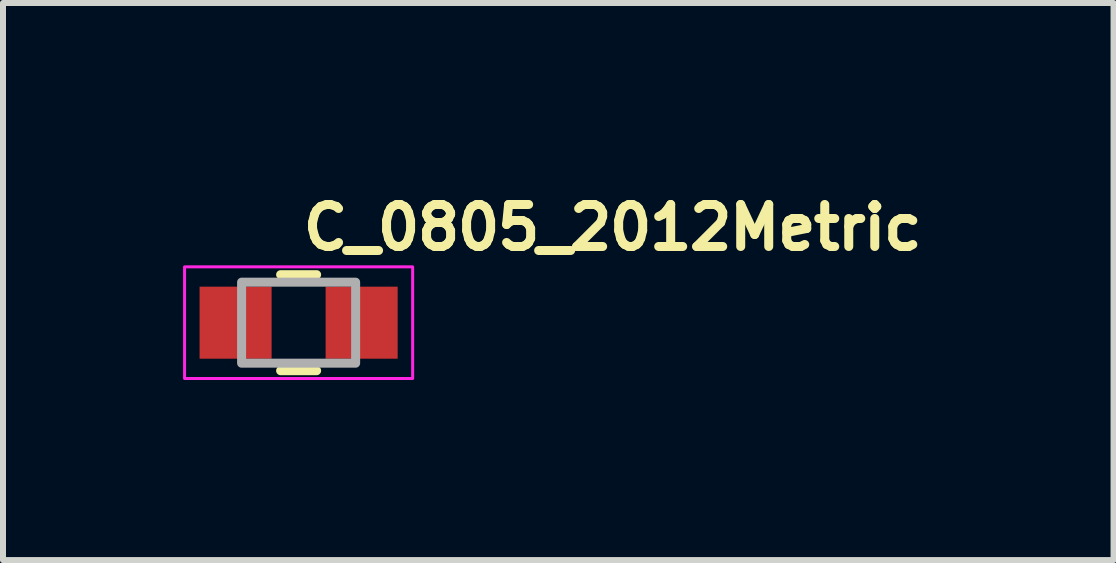
<source format=kicad_pcb>
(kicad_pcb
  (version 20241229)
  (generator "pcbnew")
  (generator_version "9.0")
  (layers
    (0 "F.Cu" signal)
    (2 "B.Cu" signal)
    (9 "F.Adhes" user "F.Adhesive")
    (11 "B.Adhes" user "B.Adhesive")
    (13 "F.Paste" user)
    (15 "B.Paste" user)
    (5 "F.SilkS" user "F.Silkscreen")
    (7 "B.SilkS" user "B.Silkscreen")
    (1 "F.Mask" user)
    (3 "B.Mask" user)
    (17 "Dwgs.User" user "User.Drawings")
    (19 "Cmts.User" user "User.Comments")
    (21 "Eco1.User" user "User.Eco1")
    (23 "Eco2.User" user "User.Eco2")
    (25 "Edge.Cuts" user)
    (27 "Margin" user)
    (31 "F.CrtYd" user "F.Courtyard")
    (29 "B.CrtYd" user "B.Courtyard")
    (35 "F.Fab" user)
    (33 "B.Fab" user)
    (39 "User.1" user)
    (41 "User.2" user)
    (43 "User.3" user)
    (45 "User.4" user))
  (footprint "C_0805_2012Metric"
    (layer "F.Cu")
    (at 1.925 2.326)
    (property "Reference" "C_0805_2012Metric" (at 0 -1.176 0) (layer "F.SilkS") (effects (font (size 0.7 0.7) (thickness 0.15)) (justify left bottom)))
    (attr smd)
    (fp_line (start -0.3 -0.8) (end 0.3 -0.8) (stroke (width 0.15) (type solid)) (layer "F.SilkS"))
    (fp_line (start -0.3 0.8) (end 0.3 0.8) (stroke (width 0.15) (type solid)) (layer "F.SilkS"))
    (fp_rect (start -1.9 -0.93) (end 1.9 0.93) (stroke (width 0.05) (type solid)) (fill no) (layer "F.CrtYd"))
    (fp_rect (start -0.95 -0.675) (end 0.95 0.675) (stroke (width 0.15) (type solid)) (fill no) (layer "F.Fab"))
    (fp_rect (start -1 -0.624) (end 1 0.624) (stroke (width 0.1) (type solid)) (fill no) (layer "User.5"))
    (fp_line (start -1 -0.62) (end -1 -0.619) (stroke (width 0.02) (type solid)) (layer "User.9"))
    (fp_line (start -1 -0.619) (end -1 -0.619) (stroke (width 0.02) (type solid)) (layer "User.9"))
    (fp_line (start -1 -0.619) (end -1 -0.618) (stroke (width 0.02) (type solid)) (layer "User.9"))
    (fp_line (start -1 -0.618) (end -1 -0.618) (stroke (width 0.02) (type solid)) (layer "User.9"))
    (fp_line (start -1 -0.618) (end -1 -0.618) (stroke (width 0.02) (type solid)) (layer "User.9"))
    (fp_line (start -1 -0.618) (end -1 -0.617) (stroke (width 0.02) (type solid)) (layer "User.9"))
    (fp_line (start -1 -0.617) (end -1 -0.617) (stroke (width 0.02) (type solid)) (layer "User.9"))
    (fp_line (start -1 -0.617) (end -1 -0.616) (stroke (width 0.02) (type solid)) (layer "User.9"))
    (fp_line (start -1 -0.616) (end -1 -0.615) (stroke (width 0.02) (type solid)) (layer "User.9"))
    (fp_line (start -1 -0.615) (end -1 -0.615) (stroke (width 0.02) (type solid)) (layer "User.9"))
    (fp_line (start -1 -0.615) (end -1 -0.615) (stroke (width 0.02) (type solid)) (layer "User.9"))
    (fp_line (start -1 -0.615) (end -1 -0.614) (stroke (width 0.02) (type solid)) (layer "User.9"))
    (fp_line (start -1 -0.615) (end -1 0.613) (stroke (width 0.02) (type solid)) (layer "User.9"))
    (fp_line (start -1 -0.614) (end -1 -0.614) (stroke (width 0.02) (type solid)) (layer "User.9"))
    (fp_line (start -1 -0.614) (end -1 -0.613) (stroke (width 0.02) (type solid)) (layer "User.9"))
    (fp_line (start -1 -0.613) (end -1 -0.613) (stroke (width 0.02) (type solid)) (layer "User.9"))
    (fp_line (start -1 -0.613) (end -1 -0.613) (stroke (width 0.02) (type solid)) (layer "User.9"))
    (fp_line (start -1 -0.613) (end -1 -0.612) (stroke (width 0.02) (type solid)) (layer "User.9"))
    (fp_line (start -1 -0.612) (end -1 -0.612) (stroke (width 0.02) (type solid)) (layer "User.9"))
    (fp_line (start -1 -0.612) (end -1 -0.611) (stroke (width 0.02) (type solid)) (layer "User.9"))
    (fp_line (start -1 -0.611) (end -0.999 -0.611) (stroke (width 0.02) (type solid)) (layer "User.9"))
    (fp_line (start -1 0.609) (end -1 0.61) (stroke (width 0.02) (type solid)) (layer "User.9"))
    (fp_line (start -1 0.61) (end -1 0.61) (stroke (width 0.02) (type solid)) (layer "User.9"))
    (fp_line (start -1 0.61) (end -1 0.611) (stroke (width 0.02) (type solid)) (layer "User.9"))
    (fp_line (start -1 0.611) (end -1 0.611) (stroke (width 0.02) (type solid)) (layer "User.9"))
    (fp_line (start -1 0.611) (end -1 0.611) (stroke (width 0.02) (type solid)) (layer "User.9"))
    (fp_line (start -1 0.611) (end -1 0.612) (stroke (width 0.02) (type solid)) (layer "User.9"))
    (fp_line (start -1 0.612) (end -1 0.612) (stroke (width 0.02) (type solid)) (layer "User.9"))
    (fp_line (start -1 0.612) (end -1 0.613) (stroke (width 0.02) (type solid)) (layer "User.9"))
    (fp_line (start -1 0.613) (end -1 0.613) (stroke (width 0.02) (type solid)) (layer "User.9"))
    (fp_line (start -1 0.613) (end -1 0.613) (stroke (width 0.02) (type solid)) (layer "User.9"))
    (fp_line (start -1 0.613) (end -1 0.614) (stroke (width 0.02) (type solid)) (layer "User.9"))
    (fp_line (start -1 0.614) (end -1 0.615) (stroke (width 0.02) (type solid)) (layer "User.9"))
    (fp_line (start -1 0.615) (end -1 0.615) (stroke (width 0.02) (type solid)) (layer "User.9"))
    (fp_line (start -1 0.615) (end -1 0.616) (stroke (width 0.02) (type solid)) (layer "User.9"))
    (fp_line (start -1 0.616) (end -1 0.616) (stroke (width 0.02) (type solid)) (layer "User.9"))
    (fp_line (start -1 0.616) (end -1 0.616) (stroke (width 0.02) (type solid)) (layer "User.9"))
    (fp_line (start -1 0.616) (end -1 0.617) (stroke (width 0.02) (type solid)) (layer "User.9"))
    (fp_line (start -1 0.617) (end -1 0.617) (stroke (width 0.02) (type solid)) (layer "User.9"))
    (fp_line (start -1 0.617) (end -1 0.618) (stroke (width 0.02) (type solid)) (layer "User.9"))
    (fp_line (start -1 0.618) (end -0.999 0.618) (stroke (width 0.02) (type solid)) (layer "User.9"))
    (fp_line (start -0.999 -0.621) (end -0.999 -0.621) (stroke (width 0.02) (type solid)) (layer "User.9"))
    (fp_line (start -0.999 -0.621) (end -0.999 -0.621) (stroke (width 0.02) (type solid)) (layer "User.9"))
    (fp_line (start -0.999 -0.621) (end -0.999 -0.62) (stroke (width 0.02) (type solid)) (layer "User.9"))
    (fp_line (start -0.999 -0.62) (end -1 -0.62) (stroke (width 0.02) (type solid)) (layer "User.9"))
    (fp_line (start -0.999 -0.611) (end -0.999 -0.61) (stroke (width 0.02) (type solid)) (layer "User.9"))
    (fp_line (start -0.999 -0.61) (end -0.999 -0.61) (stroke (width 0.02) (type solid)) (layer "User.9"))
    (fp_line (start -0.999 -0.61) (end -0.999 -0.61) (stroke (width 0.02) (type solid)) (layer "User.9"))
    (fp_line (start -0.999 -0.61) (end -0.998 -0.609) (stroke (width 0.02) (type solid)) (layer "User.9"))
    (fp_line (start -0.999 0.608) (end -0.999 0.608) (stroke (width 0.02) (type solid)) (layer "User.9"))
    (fp_line (start -0.999 0.608) (end -0.999 0.608) (stroke (width 0.02) (type solid)) (layer "User.9"))
    (fp_line (start -0.999 0.608) (end -0.999 0.609) (stroke (width 0.02) (type solid)) (layer "User.9"))
    (fp_line (start -0.999 0.609) (end -1 0.609) (stroke (width 0.02) (type solid)) (layer "User.9"))
    (fp_line (start -0.999 0.618) (end -0.999 0.619) (stroke (width 0.02) (type solid)) (layer "User.9"))
    (fp_line (start -0.999 0.619) (end -0.999 0.619) (stroke (width 0.02) (type solid)) (layer "User.9"))
    (fp_line (start -0.999 0.619) (end -0.999 0.619) (stroke (width 0.02) (type solid)) (layer "User.9"))
    (fp_line (start -0.999 0.619) (end -0.998 0.62) (stroke (width 0.02) (type solid)) (layer "User.9"))
    (fp_line (start -0.998 -0.623) (end -0.998 -0.622) (stroke (width 0.02) (type solid)) (layer "User.9"))
    (fp_line (start -0.998 -0.622) (end -0.999 -0.621) (stroke (width 0.02) (type solid)) (layer "User.9"))
    (fp_line (start -0.998 -0.622) (end -0.998 -0.622) (stroke (width 0.02) (type solid)) (layer "User.9"))
    (fp_line (start -0.998 -0.609) (end -0.998 -0.609) (stroke (width 0.02) (type solid)) (layer "User.9"))
    (fp_line (start -0.998 -0.609) (end -0.998 -0.608) (stroke (width 0.02) (type solid)) (layer "User.9"))
    (fp_line (start -0.998 -0.608) (end -0.997 -0.608) (stroke (width 0.02) (type solid)) (layer "User.9"))
    (fp_line (start -0.998 0.606) (end -0.998 0.607) (stroke (width 0.02) (type solid)) (layer "User.9"))
    (fp_line (start -0.998 0.607) (end -0.999 0.608) (stroke (width 0.02) (type solid)) (layer "User.9"))
    (fp_line (start -0.998 0.607) (end -0.998 0.607) (stroke (width 0.02) (type solid)) (layer "User.9"))
    (fp_line (start -0.998 0.62) (end -0.998 0.62) (stroke (width 0.02) (type solid)) (layer "User.9"))
    (fp_line (start -0.998 0.62) (end -0.998 0.621) (stroke (width 0.02) (type solid)) (layer "User.9"))
    (fp_line (start -0.998 0.621) (end -0.997 0.621) (stroke (width 0.02) (type solid)) (layer "User.9"))
    (fp_line (start -0.997 -0.623) (end -0.998 -0.623) (stroke (width 0.02) (type solid)) (layer "User.9"))
    (fp_line (start -0.997 -0.623) (end -0.997 -0.623) (stroke (width 0.02) (type solid)) (layer "User.9"))
    (fp_line (start -0.997 -0.608) (end -0.997 -0.608) (stroke (width 0.02) (type solid)) (layer "User.9"))
    (fp_line (start -0.997 -0.608) (end -0.996 -0.607) (stroke (width 0.02) (type solid)) (layer "User.9"))
    (fp_line (start -0.997 0.606) (end -0.998 0.606) (stroke (width 0.02) (type solid)) (layer "User.9"))
    (fp_line (start -0.997 0.606) (end -0.997 0.606) (stroke (width 0.02) (type solid)) (layer "User.9"))
    (fp_line (start -0.997 0.621) (end -0.997 0.621) (stroke (width 0.02) (type solid)) (layer "User.9"))
    (fp_line (start -0.997 0.621) (end -0.996 0.622) (stroke (width 0.02) (type solid)) (layer "User.9"))
    (fp_line (start -0.996 -0.624) (end -0.997 -0.623) (stroke (width 0.02) (type solid)) (layer "User.9"))
    (fp_line (start -0.996 -0.624) (end -0.996 -0.624) (stroke (width 0.02) (type solid)) (layer "User.9"))
    (fp_line (start -0.996 -0.624) (end -0.996 -0.624) (stroke (width 0.02) (type solid)) (layer "User.9"))
    (fp_line (start -0.996 -0.607) (end -0.996 -0.607) (stroke (width 0.02) (type solid)) (layer "User.9"))
    (fp_line (start -0.996 -0.607) (end -0.996 -0.607) (stroke (width 0.02) (type solid)) (layer "User.9"))
    (fp_line (start -0.996 -0.607) (end -0.995 -0.607) (stroke (width 0.02) (type solid)) (layer "User.9"))
    (fp_line (start -0.996 0.605) (end -0.997 0.606) (stroke (width 0.02) (type solid)) (layer "User.9"))
    (fp_line (start -0.996 0.605) (end -0.996 0.605) (stroke (width 0.02) (type solid)) (layer "User.9"))
    (fp_line (start -0.996 0.605) (end -0.996 0.605) (stroke (width 0.02) (type solid)) (layer "User.9"))
    (fp_line (start -0.996 0.622) (end -0.996 0.622) (stroke (width 0.02) (type solid)) (layer "User.9"))
    (fp_line (start -0.996 0.622) (end -0.996 0.622) (stroke (width 0.02) (type solid)) (layer "User.9"))
    (fp_line (start -0.996 0.622) (end -0.995 0.622) (stroke (width 0.02) (type solid)) (layer "User.9"))
    (fp_line (start -0.995 -0.625) (end -0.995 -0.624) (stroke (width 0.02) (type solid)) (layer "User.9"))
    (fp_line (start -0.995 -0.624) (end -0.996 -0.624) (stroke (width 0.02) (type solid)) (layer "User.9"))
    (fp_line (start -0.995 -0.607) (end -0.995 -0.606) (stroke (width 0.02) (type solid)) (layer "User.9"))
    (fp_line (start -0.995 -0.606) (end -0.994 -0.606) (stroke (width 0.02) (type solid)) (layer "User.9"))
    (fp_line (start -0.995 0.604) (end -0.995 0.605) (stroke (width 0.02) (type solid)) (layer "User.9"))
    (fp_line (start -0.995 0.605) (end -0.996 0.605) (stroke (width 0.02) (type solid)) (layer "User.9"))
    (fp_line (start -0.995 0.622) (end -0.995 0.623) (stroke (width 0.02) (type solid)) (layer "User.9"))
    (fp_line (start -0.995 0.623) (end -0.994 0.623) (stroke (width 0.02) (type solid)) (layer "User.9"))
    (fp_line (start -0.994 -0.625) (end -0.995 -0.625) (stroke (width 0.02) (type solid)) (layer "User.9"))
    (fp_line (start -0.994 -0.625) (end -0.994 -0.625) (stroke (width 0.02) (type solid)) (layer "User.9"))
    (fp_line (start -0.994 -0.606) (end -0.994 -0.606) (stroke (width 0.02) (type solid)) (layer "User.9"))
    (fp_line (start -0.994 -0.606) (end -0.993 -0.606) (stroke (width 0.02) (type solid)) (layer "User.9"))
    (fp_line (start -0.994 0.604) (end -0.995 0.604) (stroke (width 0.02) (type solid)) (layer "User.9"))
    (fp_line (start -0.994 0.604) (end -0.994 0.604) (stroke (width 0.02) (type solid)) (layer "User.9"))
    (fp_line (start -0.994 0.623) (end -0.994 0.623) (stroke (width 0.02) (type solid)) (layer "User.9"))
    (fp_line (start -0.994 0.623) (end -0.993 0.623) (stroke (width 0.02) (type solid)) (layer "User.9"))
    (fp_line (start -0.993 -0.625) (end -0.994 -0.625) (stroke (width 0.02) (type solid)) (layer "User.9"))
    (fp_line (start -0.993 -0.625) (end -0.993 -0.625) (stroke (width 0.02) (type solid)) (layer "User.9"))
    (fp_line (start -0.993 -0.625) (end -0.993 -0.625) (stroke (width 0.02) (type solid)) (layer "User.9"))
    (fp_line (start -0.993 -0.606) (end -0.993 -0.606) (stroke (width 0.02) (type solid)) (layer "User.9"))
    (fp_line (start -0.993 -0.606) (end -0.993 -0.606) (stroke (width 0.02) (type solid)) (layer "User.9"))
    (fp_line (start -0.993 -0.606) (end -0.992 -0.606) (stroke (width 0.02) (type solid)) (layer "User.9"))
    (fp_line (start -0.993 0.604) (end -0.994 0.604) (stroke (width 0.02) (type solid)) (layer "User.9"))
    (fp_line (start -0.993 0.604) (end -0.993 0.604) (stroke (width 0.02) (type solid)) (layer "User.9"))
    (fp_line (start -0.993 0.604) (end -0.993 0.604) (stroke (width 0.02) (type solid)) (layer "User.9"))
    (fp_line (start -0.993 0.623) (end -0.993 0.623) (stroke (width 0.02) (type solid)) (layer "User.9"))
    (fp_line (start -0.993 0.623) (end -0.993 0.623) (stroke (width 0.02) (type solid)) (layer "User.9"))
    (fp_line (start -0.993 0.623) (end -0.992 0.623) (stroke (width 0.02) (type solid)) (layer "User.9"))
    (fp_line (start -0.992 -0.625) (end -0.993 -0.625) (stroke (width 0.02) (type solid)) (layer "User.9"))
    (fp_line (start -0.992 -0.625) (end -0.992 -0.625) (stroke (width 0.02) (type solid)) (layer "User.9"))
    (fp_line (start -0.992 -0.606) (end -0.992 -0.606) (stroke (width 0.02) (type solid)) (layer "User.9"))
    (fp_line (start -0.992 -0.606) (end -0.991 -0.606) (stroke (width 0.02) (type solid)) (layer "User.9"))
    (fp_line (start -0.992 0.604) (end -0.993 0.604) (stroke (width 0.02) (type solid)) (layer "User.9"))
    (fp_line (start -0.992 0.604) (end -0.992 0.604) (stroke (width 0.02) (type solid)) (layer "User.9"))
    (fp_line (start -0.992 0.623) (end -0.992 0.623) (stroke (width 0.02) (type solid)) (layer "User.9"))
    (fp_line (start -0.992 0.623) (end -0.991 0.623) (stroke (width 0.02) (type solid)) (layer "User.9"))
    (fp_line (start -0.991 -0.625) (end -0.992 -0.625) (stroke (width 0.02) (type solid)) (layer "User.9"))
    (fp_line (start -0.991 -0.606) (end -0.99 -0.605) (stroke (width 0.02) (type solid)) (layer "User.9"))
    (fp_line (start -0.991 0.604) (end -0.992 0.604) (stroke (width 0.02) (type solid)) (layer "User.9"))
    (fp_line (start -0.991 0.623) (end -0.99 0.623) (stroke (width 0.02) (type solid)) (layer "User.9"))
    (fp_line (start -0.99 -0.625) (end -0.991 -0.625) (stroke (width 0.02) (type solid)) (layer "User.9"))
    (fp_line (start -0.99 -0.625) (end -0.99 -0.625) (stroke (width 0.02) (type solid)) (layer "User.9"))
    (fp_line (start -0.99 -0.625) (end -0.99 -0.625) (stroke (width 0.02) (type solid)) (layer "User.9"))
    (fp_line (start -0.99 -0.606) (end -0.989 -0.606) (stroke (width 0.02) (type solid)) (layer "User.9"))
    (fp_line (start -0.99 -0.605) (end -0.99 -0.606) (stroke (width 0.02) (type solid)) (layer "User.9"))
    (fp_line (start -0.99 -0.605) (end -0.99 -0.605) (stroke (width 0.02) (type solid)) (layer "User.9"))
    (fp_line (start -0.99 0.604) (end -0.991 0.604) (stroke (width 0.02) (type solid)) (layer "User.9"))
    (fp_line (start -0.99 0.604) (end -0.99 0.604) (stroke (width 0.02) (type solid)) (layer "User.9"))
    (fp_line (start -0.99 0.604) (end -0.99 0.604) (stroke (width 0.02) (type solid)) (layer "User.9"))
    (fp_line (start -0.99 0.623) (end -0.99 0.623) (stroke (width 0.02) (type solid)) (layer "User.9"))
    (fp_line (start -0.99 0.623) (end -0.99 0.623) (stroke (width 0.02) (type solid)) (layer "User.9"))
    (fp_line (start -0.99 0.623) (end -0.989 0.623) (stroke (width 0.02) (type solid)) (layer "User.9"))
    (fp_line (start -0.99 0.623) (end -0.5 0.623) (stroke (width 0.02) (type solid)) (layer "User.9"))
    (fp_line (start -0.989 -0.625) (end -0.99 -0.625) (stroke (width 0.02) (type solid)) (layer "User.9"))
    (fp_line (start -0.989 -0.625) (end -0.989 -0.625) (stroke (width 0.02) (type solid)) (layer "User.9"))
    (fp_line (start -0.989 -0.606) (end -0.989 -0.606) (stroke (width 0.02) (type solid)) (layer "User.9"))
    (fp_line (start -0.989 -0.606) (end -0.988 -0.606) (stroke (width 0.02) (type solid)) (layer "User.9"))
    (fp_line (start -0.989 0.604) (end -0.99 0.604) (stroke (width 0.02) (type solid)) (layer "User.9"))
    (fp_line (start -0.989 0.604) (end -0.989 0.604) (stroke (width 0.02) (type solid)) (layer "User.9"))
    (fp_line (start -0.989 0.623) (end -0.989 0.623) (stroke (width 0.02) (type solid)) (layer "User.9"))
    (fp_line (start -0.989 0.623) (end -0.988 0.623) (stroke (width 0.02) (type solid)) (layer "User.9"))
    (fp_line (start -0.988 -0.625) (end -0.989 -0.625) (stroke (width 0.02) (type solid)) (layer "User.9"))
    (fp_line (start -0.988 -0.625) (end -0.988 -0.625) (stroke (width 0.02) (type solid)) (layer "User.9"))
    (fp_line (start -0.988 -0.625) (end -0.988 -0.625) (stroke (width 0.02) (type solid)) (layer "User.9"))
    (fp_line (start -0.988 -0.606) (end -0.988 -0.606) (stroke (width 0.02) (type solid)) (layer "User.9"))
    (fp_line (start -0.988 -0.606) (end -0.988 -0.606) (stroke (width 0.02) (type solid)) (layer "User.9"))
    (fp_line (start -0.988 -0.606) (end -0.987 -0.606) (stroke (width 0.02) (type solid)) (layer "User.9"))
    (fp_line (start -0.988 0.604) (end -0.989 0.604) (stroke (width 0.02) (type solid)) (layer "User.9"))
    (fp_line (start -0.988 0.604) (end -0.988 0.604) (stroke (width 0.02) (type solid)) (layer "User.9"))
    (fp_line (start -0.988 0.604) (end -0.988 0.604) (stroke (width 0.02) (type solid)) (layer "User.9"))
    (fp_line (start -0.988 0.623) (end -0.988 0.623) (stroke (width 0.02) (type solid)) (layer "User.9"))
    (fp_line (start -0.988 0.623) (end -0.988 0.623) (stroke (width 0.02) (type solid)) (layer "User.9"))
    (fp_line (start -0.988 0.623) (end -0.987 0.623) (stroke (width 0.02) (type solid)) (layer "User.9"))
    (fp_line (start -0.987 -0.625) (end -0.988 -0.625) (stroke (width 0.02) (type solid)) (layer "User.9"))
    (fp_line (start -0.987 -0.625) (end -0.987 -0.625) (stroke (width 0.02) (type solid)) (layer "User.9"))
    (fp_line (start -0.987 -0.606) (end -0.987 -0.606) (stroke (width 0.02) (type solid)) (layer "User.9"))
    (fp_line (start -0.987 -0.606) (end -0.986 -0.606) (stroke (width 0.02) (type solid)) (layer "User.9"))
    (fp_line (start -0.987 0.604) (end -0.988 0.604) (stroke (width 0.02) (type solid)) (layer "User.9"))
    (fp_line (start -0.987 0.604) (end -0.987 0.604) (stroke (width 0.02) (type solid)) (layer "User.9"))
    (fp_line (start -0.987 0.623) (end -0.987 0.623) (stroke (width 0.02) (type solid)) (layer "User.9"))
    (fp_line (start -0.987 0.623) (end -0.986 0.623) (stroke (width 0.02) (type solid)) (layer "User.9"))
    (fp_line (start -0.986 -0.625) (end -0.987 -0.625) (stroke (width 0.02) (type solid)) (layer "User.9"))
    (fp_line (start -0.986 -0.624) (end -0.986 -0.625) (stroke (width 0.02) (type solid)) (layer "User.9"))
    (fp_line (start -0.986 -0.607) (end -0.985 -0.607) (stroke (width 0.02) (type solid)) (layer "User.9"))
    (fp_line (start -0.986 -0.606) (end -0.986 -0.607) (stroke (width 0.02) (type solid)) (layer "User.9"))
    (fp_line (start -0.986 0.604) (end -0.987 0.604) (stroke (width 0.02) (type solid)) (layer "User.9"))
    (fp_line (start -0.986 0.605) (end -0.986 0.604) (stroke (width 0.02) (type solid)) (layer "User.9"))
    (fp_line (start -0.986 0.622) (end -0.985 0.622) (stroke (width 0.02) (type solid)) (layer "User.9"))
    (fp_line (start -0.986 0.623) (end -0.986 0.622) (stroke (width 0.02) (type solid)) (layer "User.9"))
    (fp_line (start -0.985 -0.624) (end -0.986 -0.624) (stroke (width 0.02) (type solid)) (layer "User.9"))
    (fp_line (start -0.985 -0.624) (end -0.985 -0.624) (stroke (width 0.02) (type solid)) (layer "User.9"))
    (fp_line (start -0.985 -0.624) (end -0.985 -0.624) (stroke (width 0.02) (type solid)) (layer "User.9"))
    (fp_line (start -0.985 -0.607) (end -0.985 -0.607) (stroke (width 0.02) (type solid)) (layer "User.9"))
    (fp_line (start -0.985 -0.607) (end -0.985 -0.607) (stroke (width 0.02) (type solid)) (layer "User.9"))
    (fp_line (start -0.985 -0.607) (end -0.984 -0.608) (stroke (width 0.02) (type solid)) (layer "User.9"))
    (fp_line (start -0.985 0.605) (end -0.986 0.605) (stroke (width 0.02) (type solid)) (layer "User.9"))
    (fp_line (start -0.985 0.605) (end -0.985 0.605) (stroke (width 0.02) (type solid)) (layer "User.9"))
    (fp_line (start -0.985 0.605) (end -0.985 0.605) (stroke (width 0.02) (type solid)) (layer "User.9"))
    (fp_line (start -0.985 0.622) (end -0.985 0.622) (stroke (width 0.02) (type solid)) (layer "User.9"))
    (fp_line (start -0.985 0.622) (end -0.985 0.622) (stroke (width 0.02) (type solid)) (layer "User.9"))
    (fp_line (start -0.985 0.622) (end -0.984 0.621) (stroke (width 0.02) (type solid)) (layer "User.9"))
    (fp_line (start -0.984 -0.623) (end -0.985 -0.624) (stroke (width 0.02) (type solid)) (layer "User.9"))
    (fp_line (start -0.984 -0.623) (end -0.984 -0.623) (stroke (width 0.02) (type solid)) (layer "User.9"))
    (fp_line (start -0.984 -0.608) (end -0.984 -0.608) (stroke (width 0.02) (type solid)) (layer "User.9"))
    (fp_line (start -0.984 -0.608) (end -0.983 -0.608) (stroke (width 0.02) (type solid)) (layer "User.9"))
    (fp_line (start -0.984 0.606) (end -0.985 0.605) (stroke (width 0.02) (type solid)) (layer "User.9"))
    (fp_line (start -0.984 0.606) (end -0.984 0.606) (stroke (width 0.02) (type solid)) (layer "User.9"))
    (fp_line (start -0.984 0.621) (end -0.984 0.621) (stroke (width 0.02) (type solid)) (layer "User.9"))
    (fp_line (start -0.984 0.621) (end -0.983 0.621) (stroke (width 0.02) (type solid)) (layer "User.9"))
    (fp_line (start -0.983 -0.623) (end -0.984 -0.623) (stroke (width 0.02) (type solid)) (layer "User.9"))
    (fp_line (start -0.983 -0.622) (end -0.983 -0.623) (stroke (width 0.02) (type solid)) (layer "User.9"))
    (fp_line (start -0.983 -0.622) (end -0.983 -0.622) (stroke (width 0.02) (type solid)) (layer "User.9"))
    (fp_line (start -0.983 -0.609) (end -0.983 -0.609) (stroke (width 0.02) (type solid)) (layer "User.9"))
    (fp_line (start -0.983 -0.609) (end -0.982 -0.61) (stroke (width 0.02) (type solid)) (layer "User.9"))
    (fp_line (start -0.983 -0.608) (end -0.983 -0.609) (stroke (width 0.02) (type solid)) (layer "User.9"))
    (fp_line (start -0.983 0.606) (end -0.984 0.606) (stroke (width 0.02) (type solid)) (layer "User.9"))
    (fp_line (start -0.983 0.607) (end -0.983 0.606) (stroke (width 0.02) (type solid)) (layer "User.9"))
    (fp_line (start -0.983 0.607) (end -0.983 0.607) (stroke (width 0.02) (type solid)) (layer "User.9"))
    (fp_line (start -0.983 0.62) (end -0.983 0.62) (stroke (width 0.02) (type solid)) (layer "User.9"))
    (fp_line (start -0.983 0.62) (end -0.982 0.619) (stroke (width 0.02) (type solid)) (layer "User.9"))
    (fp_line (start -0.983 0.621) (end -0.983 0.62) (stroke (width 0.02) (type solid)) (layer "User.9"))
    (fp_line (start -0.982 -0.621) (end -0.983 -0.622) (stroke (width 0.02) (type solid)) (layer "User.9"))
    (fp_line (start -0.982 -0.621) (end -0.982 -0.621) (stroke (width 0.02) (type solid)) (layer "User.9"))
    (fp_line (start -0.982 -0.621) (end -0.982 -0.621) (stroke (width 0.02) (type solid)) (layer "User.9"))
    (fp_line (start -0.982 -0.62) (end -0.982 -0.621) (stroke (width 0.02) (type solid)) (layer "User.9"))
    (fp_line (start -0.982 -0.611) (end -0.981 -0.611) (stroke (width 0.02) (type solid)) (layer "User.9"))
    (fp_line (start -0.982 -0.61) (end -0.982 -0.611) (stroke (width 0.02) (type solid)) (layer "User.9"))
    (fp_line (start -0.982 -0.61) (end -0.982 -0.61) (stroke (width 0.02) (type solid)) (layer "User.9"))
    (fp_line (start -0.982 -0.61) (end -0.982 -0.61) (stroke (width 0.02) (type solid)) (layer "User.9"))
    (fp_line (start -0.982 0.608) (end -0.983 0.607) (stroke (width 0.02) (type solid)) (layer "User.9"))
    (fp_line (start -0.982 0.608) (end -0.982 0.608) (stroke (width 0.02) (type solid)) (layer "User.9"))
    (fp_line (start -0.982 0.608) (end -0.982 0.608) (stroke (width 0.02) (type solid)) (layer "User.9"))
    (fp_line (start -0.982 0.609) (end -0.982 0.608) (stroke (width 0.02) (type solid)) (layer "User.9"))
    (fp_line (start -0.982 0.618) (end -0.981 0.618) (stroke (width 0.02) (type solid)) (layer "User.9"))
    (fp_line (start -0.982 0.619) (end -0.982 0.618) (stroke (width 0.02) (type solid)) (layer "User.9"))
    (fp_line (start -0.982 0.619) (end -0.982 0.619) (stroke (width 0.02) (type solid)) (layer "User.9"))
    (fp_line (start -0.982 0.619) (end -0.982 0.619) (stroke (width 0.02) (type solid)) (layer "User.9"))
    (fp_line (start -0.981 -0.62) (end -0.982 -0.62) (stroke (width 0.02) (type solid)) (layer "User.9"))
    (fp_line (start -0.981 -0.619) (end -0.981 -0.62) (stroke (width 0.02) (type solid)) (layer "User.9"))
    (fp_line (start -0.981 -0.619) (end -0.981 -0.619) (stroke (width 0.02) (type solid)) (layer "User.9"))
    (fp_line (start -0.981 -0.618) (end -0.981 -0.619) (stroke (width 0.02) (type solid)) (layer "User.9"))
    (fp_line (start -0.981 -0.618) (end -0.981 -0.618) (stroke (width 0.02) (type solid)) (layer "User.9"))
    (fp_line (start -0.981 -0.618) (end -0.981 -0.618) (stroke (width 0.02) (type solid)) (layer "User.9"))
    (fp_line (start -0.981 -0.617) (end -0.981 -0.618) (stroke (width 0.02) (type solid)) (layer "User.9"))
    (fp_line (start -0.981 -0.617) (end -0.981 -0.617) (stroke (width 0.02) (type solid)) (layer "User.9"))
    (fp_line (start -0.981 -0.616) (end -0.981 -0.617) (stroke (width 0.02) (type solid)) (layer "User.9"))
    (fp_line (start -0.981 -0.615) (end -0.98 -0.615) (stroke (width 0.02) (type solid)) (layer "User.9"))
    (fp_line (start -0.981 -0.614) (end -0.981 -0.615) (stroke (width 0.02) (type solid)) (layer "User.9"))
    (fp_line (start -0.981 -0.614) (end -0.981 -0.614) (stroke (width 0.02) (type solid)) (layer "User.9"))
    (fp_line (start -0.981 -0.613) (end -0.981 -0.614) (stroke (width 0.02) (type solid)) (layer "User.9"))
    (fp_line (start -0.981 -0.613) (end -0.981 -0.613) (stroke (width 0.02) (type solid)) (layer "User.9"))
    (fp_line (start -0.981 -0.613) (end -0.981 -0.613) (stroke (width 0.02) (type solid)) (layer "User.9"))
    (fp_line (start -0.981 -0.612) (end -0.981 -0.613) (stroke (width 0.02) (type solid)) (layer "User.9"))
    (fp_line (start -0.981 -0.612) (end -0.981 -0.612) (stroke (width 0.02) (type solid)) (layer "User.9"))
    (fp_line (start -0.981 -0.611) (end -0.981 -0.612) (stroke (width 0.02) (type solid)) (layer "User.9"))
    (fp_line (start -0.981 0.609) (end -0.982 0.609) (stroke (width 0.02) (type solid)) (layer "User.9"))
    (fp_line (start -0.981 0.61) (end -0.981 0.609) (stroke (width 0.02) (type solid)) (layer "User.9"))
    (fp_line (start -0.981 0.61) (end -0.981 0.61) (stroke (width 0.02) (type solid)) (layer "User.9"))
    (fp_line (start -0.981 0.611) (end -0.981 0.61) (stroke (width 0.02) (type solid)) (layer "User.9"))
    (fp_line (start -0.981 0.611) (end -0.981 0.611) (stroke (width 0.02) (type solid)) (layer "User.9"))
    (fp_line (start -0.981 0.611) (end -0.981 0.611) (stroke (width 0.02) (type solid)) (layer "User.9"))
    (fp_line (start -0.981 0.612) (end -0.981 0.611) (stroke (width 0.02) (type solid)) (layer "User.9"))
    (fp_line (start -0.981 0.612) (end -0.981 0.612) (stroke (width 0.02) (type solid)) (layer "User.9"))
    (fp_line (start -0.981 0.613) (end -0.981 0.612) (stroke (width 0.02) (type solid)) (layer "User.9"))
    (fp_line (start -0.981 0.614) (end -0.98 0.613) (stroke (width 0.02) (type solid)) (layer "User.9"))
    (fp_line (start -0.981 0.615) (end -0.981 0.614) (stroke (width 0.02) (type solid)) (layer "User.9"))
    (fp_line (start -0.981 0.615) (end -0.981 0.615) (stroke (width 0.02) (type solid)) (layer "User.9"))
    (fp_line (start -0.981 0.616) (end -0.981 0.615) (stroke (width 0.02) (type solid)) (layer "User.9"))
    (fp_line (start -0.981 0.616) (end -0.981 0.616) (stroke (width 0.02) (type solid)) (layer "User.9"))
    (fp_line (start -0.981 0.616) (end -0.981 0.616) (stroke (width 0.02) (type solid)) (layer "User.9"))
    (fp_line (start -0.981 0.617) (end -0.981 0.616) (stroke (width 0.02) (type solid)) (layer "User.9"))
    (fp_line (start -0.981 0.617) (end -0.981 0.617) (stroke (width 0.02) (type solid)) (layer "User.9"))
    (fp_line (start -0.981 0.618) (end -0.981 0.617) (stroke (width 0.02) (type solid)) (layer "User.9"))
    (fp_line (start -0.98 -0.615) (end -0.981 -0.616) (stroke (width 0.02) (type solid)) (layer "User.9"))
    (fp_line (start -0.98 -0.615) (end -0.98 -0.615) (stroke (width 0.02) (type solid)) (layer "User.9"))
    (fp_line (start -0.98 -0.615) (end -0.98 -0.615) (stroke (width 0.02) (type solid)) (layer "User.9"))
    (fp_line (start -0.98 0.613) (end -0.981 0.613) (stroke (width 0.02) (type solid)) (layer "User.9"))
    (fp_line (start -0.98 0.613) (end -0.98 0.613) (stroke (width 0.02) (type solid)) (layer "User.9"))
    (fp_line (start -0.98 0.613) (end -0.98 0.613) (stroke (width 0.02) (type solid)) (layer "User.9"))
    (fp_line (start -0.5 -0.625) (end -0.99 -0.625) (stroke (width 0.02) (type solid)) (layer "User.9"))
    (fp_line (start -0.5 -0.615) (end -0.5 -0.625) (stroke (width 0.02) (type solid)) (layer "User.9"))
    (fp_line (start -0.5 0.609) (end 0.498 0.609) (stroke (width 0.02) (type solid)) (layer "User.9"))
    (fp_line (start -0.5 0.613) (end -0.5 -0.615) (stroke (width 0.02) (type solid)) (layer "User.9"))
    (fp_line (start -0.5 0.623) (end -0.5 0.613) (stroke (width 0.02) (type solid)) (layer "User.9"))
    (fp_line (start 0.498 -0.625) (end 0.498 -0.615) (stroke (width 0.02) (type solid)) (layer "User.9"))
    (fp_line (start 0.498 -0.615) (end 0.498 0.613) (stroke (width 0.02) (type solid)) (layer "User.9"))
    (fp_line (start 0.498 -0.61) (end -0.5 -0.61) (stroke (width 0.02) (type solid)) (layer "User.9"))
    (fp_line (start 0.498 0.613) (end 0.498 0.623) (stroke (width 0.02) (type solid)) (layer "User.9"))
    (fp_line (start 0.498 0.623) (end 0.988 0.623) (stroke (width 0.02) (type solid)) (layer "User.9"))
    (fp_line (start 0.978 -0.615) (end 0.978 -0.615) (stroke (width 0.02) (type solid)) (layer "User.9"))
    (fp_line (start 0.978 -0.615) (end 0.979 -0.615) (stroke (width 0.02) (type solid)) (layer "User.9"))
    (fp_line (start 0.978 0.613) (end 0.978 0.613) (stroke (width 0.02) (type solid)) (layer "User.9"))
    (fp_line (start 0.978 0.613) (end 0.979 0.614) (stroke (width 0.02) (type solid)) (layer "User.9"))
    (fp_line (start 0.979 -0.62) (end 0.979 -0.619) (stroke (width 0.02) (type solid)) (layer "User.9"))
    (fp_line (start 0.979 -0.619) (end 0.979 -0.619) (stroke (width 0.02) (type solid)) (layer "User.9"))
    (fp_line (start 0.979 -0.619) (end 0.979 -0.618) (stroke (width 0.02) (type solid)) (layer "User.9"))
    (fp_line (start 0.979 -0.618) (end 0.979 -0.618) (stroke (width 0.02) (type solid)) (layer "User.9"))
    (fp_line (start 0.979 -0.618) (end 0.979 -0.618) (stroke (width 0.02) (type solid)) (layer "User.9"))
    (fp_line (start 0.979 -0.618) (end 0.979 -0.617) (stroke (width 0.02) (type solid)) (layer "User.9"))
    (fp_line (start 0.979 -0.617) (end 0.979 -0.617) (stroke (width 0.02) (type solid)) (layer "User.9"))
    (fp_line (start 0.979 -0.617) (end 0.979 -0.616) (stroke (width 0.02) (type solid)) (layer "User.9"))
    (fp_line (start 0.979 -0.616) (end 0.978 -0.615) (stroke (width 0.02) (type solid)) (layer "User.9"))
    (fp_line (start 0.979 -0.615) (end 0.979 -0.614) (stroke (width 0.02) (type solid)) (layer "User.9"))
    (fp_line (start 0.979 -0.614) (end 0.979 -0.614) (stroke (width 0.02) (type solid)) (layer "User.9"))
    (fp_line (start 0.979 -0.614) (end 0.979 -0.613) (stroke (width 0.02) (type solid)) (layer "User.9"))
    (fp_line (start 0.979 -0.613) (end 0.979 -0.613) (stroke (width 0.02) (type solid)) (layer "User.9"))
    (fp_line (start 0.979 -0.613) (end 0.979 -0.613) (stroke (width 0.02) (type solid)) (layer "User.9"))
    (fp_line (start 0.979 -0.613) (end 0.979 -0.612) (stroke (width 0.02) (type solid)) (layer "User.9"))
    (fp_line (start 0.979 -0.612) (end 0.979 -0.612) (stroke (width 0.02) (type solid)) (layer "User.9"))
    (fp_line (start 0.979 -0.612) (end 0.979 -0.611) (stroke (width 0.02) (type solid)) (layer "User.9"))
    (fp_line (start 0.979 -0.611) (end 0.98 -0.611) (stroke (width 0.02) (type solid)) (layer "User.9"))
    (fp_line (start 0.979 0.609) (end 0.979 0.61) (stroke (width 0.02) (type solid)) (layer "User.9"))
    (fp_line (start 0.979 0.61) (end 0.979 0.61) (stroke (width 0.02) (type solid)) (layer "User.9"))
    (fp_line (start 0.979 0.61) (end 0.979 0.611) (stroke (width 0.02) (type solid)) (layer "User.9"))
    (fp_line (start 0.979 0.611) (end 0.979 0.611) (stroke (width 0.02) (type solid)) (layer "User.9"))
    (fp_line (start 0.979 0.611) (end 0.979 0.611) (stroke (width 0.02) (type solid)) (layer "User.9"))
    (fp_line (start 0.979 0.611) (end 0.979 0.612) (stroke (width 0.02) (type solid)) (layer "User.9"))
    (fp_line (start 0.979 0.612) (end 0.979 0.612) (stroke (width 0.02) (type solid)) (layer "User.9"))
    (fp_line (start 0.979 0.612) (end 0.979 0.613) (stroke (width 0.02) (type solid)) (layer "User.9"))
    (fp_line (start 0.979 0.613) (end 0.978 0.613) (stroke (width 0.02) (type solid)) (layer "User.9"))
    (fp_line (start 0.979 0.614) (end 0.979 0.615) (stroke (width 0.02) (type solid)) (layer "User.9"))
    (fp_line (start 0.979 0.615) (end 0.979 0.615) (stroke (width 0.02) (type solid)) (layer "User.9"))
    (fp_line (start 0.979 0.615) (end 0.979 0.616) (stroke (width 0.02) (type solid)) (layer "User.9"))
    (fp_line (start 0.979 0.616) (end 0.979 0.616) (stroke (width 0.02) (type solid)) (layer "User.9"))
    (fp_line (start 0.979 0.616) (end 0.979 0.616) (stroke (width 0.02) (type solid)) (layer "User.9"))
    (fp_line (start 0.979 0.616) (end 0.979 0.617) (stroke (width 0.02) (type solid)) (layer "User.9"))
    (fp_line (start 0.979 0.617) (end 0.979 0.617) (stroke (width 0.02) (type solid)) (layer "User.9"))
    (fp_line (start 0.979 0.617) (end 0.979 0.618) (stroke (width 0.02) (type solid)) (layer "User.9"))
    (fp_line (start 0.979 0.618) (end 0.98 0.618) (stroke (width 0.02) (type solid)) (layer "User.9"))
    (fp_line (start 0.98 -0.621) (end 0.98 -0.621) (stroke (width 0.02) (type solid)) (layer "User.9"))
    (fp_line (start 0.98 -0.621) (end 0.98 -0.621) (stroke (width 0.02) (type solid)) (layer "User.9"))
    (fp_line (start 0.98 -0.621) (end 0.98 -0.62) (stroke (width 0.02) (type solid)) (layer "User.9"))
    (fp_line (start 0.98 -0.62) (end 0.979 -0.62) (stroke (width 0.02) (type solid)) (layer "User.9"))
    (fp_line (start 0.98 -0.611) (end 0.98 -0.61) (stroke (width 0.02) (type solid)) (layer "User.9"))
    (fp_line (start 0.98 -0.61) (end 0.98 -0.61) (stroke (width 0.02) (type solid)) (layer "User.9"))
    (fp_line (start 0.98 -0.61) (end 0.98 -0.61) (stroke (width 0.02) (type solid)) (layer "User.9"))
    (fp_line (start 0.98 -0.61) (end 0.981 -0.609) (stroke (width 0.02) (type solid)) (layer "User.9"))
    (fp_line (start 0.98 0.608) (end 0.98 0.608) (stroke (width 0.02) (type solid)) (layer "User.9"))
    (fp_line (start 0.98 0.608) (end 0.98 0.608) (stroke (width 0.02) (type solid)) (layer "User.9"))
    (fp_line (start 0.98 0.608) (end 0.98 0.609) (stroke (width 0.02) (type solid)) (layer "User.9"))
    (fp_line (start 0.98 0.609) (end 0.979 0.609) (stroke (width 0.02) (type solid)) (layer "User.9"))
    (fp_line (start 0.98 0.618) (end 0.98 0.619) (stroke (width 0.02) (type solid)) (layer "User.9"))
    (fp_line (start 0.98 0.619) (end 0.98 0.619) (stroke (width 0.02) (type solid)) (layer "User.9"))
    (fp_line (start 0.98 0.619) (end 0.98 0.619) (stroke (width 0.02) (type solid)) (layer "User.9"))
    (fp_line (start 0.98 0.619) (end 0.981 0.62) (stroke (width 0.02) (type solid)) (layer "User.9"))
    (fp_line (start 0.981 -0.623) (end 0.981 -0.622) (stroke (width 0.02) (type solid)) (layer "User.9"))
    (fp_line (start 0.981 -0.622) (end 0.98 -0.621) (stroke (width 0.02) (type solid)) (layer "User.9"))
    (fp_line (start 0.981 -0.622) (end 0.981 -0.622) (stroke (width 0.02) (type solid)) (layer "User.9"))
    (fp_line (start 0.981 -0.609) (end 0.981 -0.609) (stroke (width 0.02) (type solid)) (layer "User.9"))
    (fp_line (start 0.981 -0.609) (end 0.981 -0.608) (stroke (width 0.02) (type solid)) (layer "User.9"))
    (fp_line (start 0.981 -0.608) (end 0.982 -0.608) (stroke (width 0.02) (type solid)) (layer "User.9"))
    (fp_line (start 0.981 0.606) (end 0.981 0.607) (stroke (width 0.02) (type solid)) (layer "User.9"))
    (fp_line (start 0.981 0.607) (end 0.98 0.608) (stroke (width 0.02) (type solid)) (layer "User.9"))
    (fp_line (start 0.981 0.607) (end 0.981 0.607) (stroke (width 0.02) (type solid)) (layer "User.9"))
    (fp_line (start 0.981 0.62) (end 0.981 0.62) (stroke (width 0.02) (type solid)) (layer "User.9"))
    (fp_line (start 0.981 0.62) (end 0.981 0.621) (stroke (width 0.02) (type solid)) (layer "User.9"))
    (fp_line (start 0.981 0.621) (end 0.982 0.621) (stroke (width 0.02) (type solid)) (layer "User.9"))
    (fp_line (start 0.982 -0.623) (end 0.981 -0.623) (stroke (width 0.02) (type solid)) (layer "User.9"))
    (fp_line (start 0.982 -0.623) (end 0.982 -0.623) (stroke (width 0.02) (type solid)) (layer "User.9"))
    (fp_line (start 0.982 -0.608) (end 0.982 -0.608) (stroke (width 0.02) (type solid)) (layer "User.9"))
    (fp_line (start 0.982 -0.608) (end 0.983 -0.607) (stroke (width 0.02) (type solid)) (layer "User.9"))
    (fp_line (start 0.982 0.606) (end 0.981 0.606) (stroke (width 0.02) (type solid)) (layer "User.9"))
    (fp_line (start 0.982 0.606) (end 0.982 0.606) (stroke (width 0.02) (type solid)) (layer "User.9"))
    (fp_line (start 0.982 0.621) (end 0.982 0.621) (stroke (width 0.02) (type solid)) (layer "User.9"))
    (fp_line (start 0.982 0.621) (end 0.983 0.622) (stroke (width 0.02) (type solid)) (layer "User.9"))
    (fp_line (start 0.983 -0.624) (end 0.982 -0.623) (stroke (width 0.02) (type solid)) (layer "User.9"))
    (fp_line (start 0.983 -0.624) (end 0.983 -0.624) (stroke (width 0.02) (type solid)) (layer "User.9"))
    (fp_line (start 0.983 -0.624) (end 0.983 -0.624) (stroke (width 0.02) (type solid)) (layer "User.9"))
    (fp_line (start 0.983 -0.607) (end 0.983 -0.607) (stroke (width 0.02) (type solid)) (layer "User.9"))
    (fp_line (start 0.983 -0.607) (end 0.983 -0.607) (stroke (width 0.02) (type solid)) (layer "User.9"))
    (fp_line (start 0.983 -0.607) (end 0.984 -0.607) (stroke (width 0.02) (type solid)) (layer "User.9"))
    (fp_line (start 0.983 0.605) (end 0.982 0.606) (stroke (width 0.02) (type solid)) (layer "User.9"))
    (fp_line (start 0.983 0.605) (end 0.983 0.605) (stroke (width 0.02) (type solid)) (layer "User.9"))
    (fp_line (start 0.983 0.605) (end 0.983 0.605) (stroke (width 0.02) (type solid)) (layer "User.9"))
    (fp_line (start 0.983 0.622) (end 0.983 0.622) (stroke (width 0.02) (type solid)) (layer "User.9"))
    (fp_line (start 0.983 0.622) (end 0.983 0.622) (stroke (width 0.02) (type solid)) (layer "User.9"))
    (fp_line (start 0.983 0.622) (end 0.984 0.622) (stroke (width 0.02) (type solid)) (layer "User.9"))
    (fp_line (start 0.984 -0.625) (end 0.984 -0.624) (stroke (width 0.02) (type solid)) (layer "User.9"))
    (fp_line (start 0.984 -0.624) (end 0.983 -0.624) (stroke (width 0.02) (type solid)) (layer "User.9"))
    (fp_line (start 0.984 -0.607) (end 0.984 -0.606) (stroke (width 0.02) (type solid)) (layer "User.9"))
    (fp_line (start 0.984 -0.606) (end 0.985 -0.606) (stroke (width 0.02) (type solid)) (layer "User.9"))
    (fp_line (start 0.984 0.604) (end 0.984 0.605) (stroke (width 0.02) (type solid)) (layer "User.9"))
    (fp_line (start 0.984 0.605) (end 0.983 0.605) (stroke (width 0.02) (type solid)) (layer "User.9"))
    (fp_line (start 0.984 0.622) (end 0.984 0.623) (stroke (width 0.02) (type solid)) (layer "User.9"))
    (fp_line (start 0.984 0.623) (end 0.985 0.623) (stroke (width 0.02) (type solid)) (layer "User.9"))
    (fp_line (start 0.985 -0.625) (end 0.984 -0.625) (stroke (width 0.02) (type solid)) (layer "User.9"))
    (fp_line (start 0.985 -0.625) (end 0.985 -0.625) (stroke (width 0.02) (type solid)) (layer "User.9"))
    (fp_line (start 0.985 -0.606) (end 0.985 -0.606) (stroke (width 0.02) (type solid)) (layer "User.9"))
    (fp_line (start 0.985 -0.606) (end 0.986 -0.606) (stroke (width 0.02) (type solid)) (layer "User.9"))
    (fp_line (start 0.985 0.604) (end 0.984 0.604) (stroke (width 0.02) (type solid)) (layer "User.9"))
    (fp_line (start 0.985 0.604) (end 0.985 0.604) (stroke (width 0.02) (type solid)) (layer "User.9"))
    (fp_line (start 0.985 0.623) (end 0.985 0.623) (stroke (width 0.02) (type solid)) (layer "User.9"))
    (fp_line (start 0.985 0.623) (end 0.986 0.623) (stroke (width 0.02) (type solid)) (layer "User.9"))
    (fp_line (start 0.986 -0.625) (end 0.985 -0.625) (stroke (width 0.02) (type solid)) (layer "User.9"))
    (fp_line (start 0.986 -0.625) (end 0.986 -0.625) (stroke (width 0.02) (type solid)) (layer "User.9"))
    (fp_line (start 0.986 -0.625) (end 0.986 -0.625) (stroke (width 0.02) (type solid)) (layer "User.9"))
    (fp_line (start 0.986 -0.606) (end 0.986 -0.606) (stroke (width 0.02) (type solid)) (layer "User.9"))
    (fp_line (start 0.986 -0.606) (end 0.986 -0.606) (stroke (width 0.02) (type solid)) (layer "User.9"))
    (fp_line (start 0.986 -0.606) (end 0.987 -0.606) (stroke (width 0.02) (type solid)) (layer "User.9"))
    (fp_line (start 0.986 0.604) (end 0.985 0.604) (stroke (width 0.02) (type solid)) (layer "User.9"))
    (fp_line (start 0.986 0.604) (end 0.986 0.604) (stroke (width 0.02) (type solid)) (layer "User.9"))
    (fp_line (start 0.986 0.604) (end 0.986 0.604) (stroke (width 0.02) (type solid)) (layer "User.9"))
    (fp_line (start 0.986 0.623) (end 0.986 0.623) (stroke (width 0.02) (type solid)) (layer "User.9"))
    (fp_line (start 0.986 0.623) (end 0.986 0.623) (stroke (width 0.02) (type solid)) (layer "User.9"))
    (fp_line (start 0.986 0.623) (end 0.987 0.623) (stroke (width 0.02) (type solid)) (layer "User.9"))
    (fp_line (start 0.987 -0.625) (end 0.986 -0.625) (stroke (width 0.02) (type solid)) (layer "User.9"))
    (fp_line (start 0.987 -0.625) (end 0.987 -0.625) (stroke (width 0.02) (type solid)) (layer "User.9"))
    (fp_line (start 0.987 -0.606) (end 0.987 -0.606) (stroke (width 0.02) (type solid)) (layer "User.9"))
    (fp_line (start 0.987 -0.606) (end 0.988 -0.606) (stroke (width 0.02) (type solid)) (layer "User.9"))
    (fp_line (start 0.987 0.604) (end 0.986 0.604) (stroke (width 0.02) (type solid)) (layer "User.9"))
    (fp_line (start 0.987 0.604) (end 0.987 0.604) (stroke (width 0.02) (type solid)) (layer "User.9"))
    (fp_line (start 0.987 0.623) (end 0.987 0.623) (stroke (width 0.02) (type solid)) (layer "User.9"))
    (fp_line (start 0.987 0.623) (end 0.988 0.623) (stroke (width 0.02) (type solid)) (layer "User.9"))
    (fp_line (start 0.988 -0.625) (end 0.498 -0.625) (stroke (width 0.02) (type solid)) (layer "User.9"))
    (fp_line (start 0.988 -0.625) (end 0.987 -0.625) (stroke (width 0.02) (type solid)) (layer "User.9"))
    (fp_line (start 0.988 -0.625) (end 0.988 -0.625) (stroke (width 0.02) (type solid)) (layer "User.9"))
    (fp_line (start 0.988 -0.625) (end 0.988 -0.625) (stroke (width 0.02) (type solid)) (layer "User.9"))
    (fp_line (start 0.988 -0.606) (end 0.988 -0.605) (stroke (width 0.02) (type solid)) (layer "User.9"))
    (fp_line (start 0.988 -0.605) (end 0.988 -0.605) (stroke (width 0.02) (type solid)) (layer "User.9"))
    (fp_line (start 0.988 -0.605) (end 0.989 -0.606) (stroke (width 0.02) (type solid)) (layer "User.9"))
    (fp_line (start 0.988 0.604) (end 0.987 0.604) (stroke (width 0.02) (type solid)) (layer "User.9"))
    (fp_line (start 0.988 0.604) (end 0.988 0.604) (stroke (width 0.02) (type solid)) (layer "User.9"))
    (fp_line (start 0.988 0.604) (end 0.988 0.604) (stroke (width 0.02) (type solid)) (layer "User.9"))
    (fp_line (start 0.988 0.623) (end 0.988 0.623) (stroke (width 0.02) (type solid)) (layer "User.9"))
    (fp_line (start 0.988 0.623) (end 0.988 0.623) (stroke (width 0.02) (type solid)) (layer "User.9"))
    (fp_line (start 0.988 0.623) (end 0.989 0.623) (stroke (width 0.02) (type solid)) (layer "User.9"))
    (fp_line (start 0.989 -0.625) (end 0.988 -0.625) (stroke (width 0.02) (type solid)) (layer "User.9"))
    (fp_line (start 0.989 -0.606) (end 0.99 -0.606) (stroke (width 0.02) (type solid)) (layer "User.9"))
    (fp_line (start 0.989 0.604) (end 0.988 0.604) (stroke (width 0.02) (type solid)) (layer "User.9"))
    (fp_line (start 0.989 0.623) (end 0.99 0.623) (stroke (width 0.02) (type solid)) (layer "User.9"))
    (fp_line (start 0.99 -0.625) (end 0.989 -0.625) (stroke (width 0.02) (type solid)) (layer "User.9"))
    (fp_line (start 0.99 -0.625) (end 0.99 -0.625) (stroke (width 0.02) (type solid)) (layer "User.9"))
    (fp_line (start 0.99 -0.606) (end 0.99 -0.606) (stroke (width 0.02) (type solid)) (layer "User.9"))
    (fp_line (start 0.99 -0.606) (end 0.991 -0.606) (stroke (width 0.02) (type solid)) (layer "User.9"))
    (fp_line (start 0.99 0.604) (end 0.989 0.604) (stroke (width 0.02) (type solid)) (layer "User.9"))
    (fp_line (start 0.99 0.604) (end 0.99 0.604) (stroke (width 0.02) (type solid)) (layer "User.9"))
    (fp_line (start 0.99 0.623) (end 0.99 0.623) (stroke (width 0.02) (type solid)) (layer "User.9"))
    (fp_line (start 0.99 0.623) (end 0.991 0.623) (stroke (width 0.02) (type solid)) (layer "User.9"))
    (fp_line (start 0.991 -0.625) (end 0.99 -0.625) (stroke (width 0.02) (type solid)) (layer "User.9"))
    (fp_line (start 0.991 -0.625) (end 0.991 -0.625) (stroke (width 0.02) (type solid)) (layer "User.9"))
    (fp_line (start 0.991 -0.625) (end 0.991 -0.625) (stroke (width 0.02) (type solid)) (layer "User.9"))
    (fp_line (start 0.991 -0.606) (end 0.991 -0.606) (stroke (width 0.02) (type solid)) (layer "User.9"))
    (fp_line (start 0.991 -0.606) (end 0.991 -0.606) (stroke (width 0.02) (type solid)) (layer "User.9"))
    (fp_line (start 0.991 -0.606) (end 0.992 -0.606) (stroke (width 0.02) (type solid)) (layer "User.9"))
    (fp_line (start 0.991 0.604) (end 0.99 0.604) (stroke (width 0.02) (type solid)) (layer "User.9"))
    (fp_line (start 0.991 0.604) (end 0.991 0.604) (stroke (width 0.02) (type solid)) (layer "User.9"))
    (fp_line (start 0.991 0.604) (end 0.991 0.604) (stroke (width 0.02) (type solid)) (layer "User.9"))
    (fp_line (start 0.991 0.623) (end 0.991 0.623) (stroke (width 0.02) (type solid)) (layer "User.9"))
    (fp_line (start 0.991 0.623) (end 0.991 0.623) (stroke (width 0.02) (type solid)) (layer "User.9"))
    (fp_line (start 0.991 0.623) (end 0.992 0.623) (stroke (width 0.02) (type solid)) (layer "User.9"))
    (fp_line (start 0.992 -0.625) (end 0.991 -0.625) (stroke (width 0.02) (type solid)) (layer "User.9"))
    (fp_line (start 0.992 -0.625) (end 0.992 -0.625) (stroke (width 0.02) (type solid)) (layer "User.9"))
    (fp_line (start 0.992 -0.606) (end 0.992 -0.606) (stroke (width 0.02) (type solid)) (layer "User.9"))
    (fp_line (start 0.992 -0.606) (end 0.993 -0.606) (stroke (width 0.02) (type solid)) (layer "User.9"))
    (fp_line (start 0.992 0.604) (end 0.991 0.604) (stroke (width 0.02) (type solid)) (layer "User.9"))
    (fp_line (start 0.992 0.604) (end 0.992 0.604) (stroke (width 0.02) (type solid)) (layer "User.9"))
    (fp_line (start 0.992 0.623) (end 0.992 0.623) (stroke (width 0.02) (type solid)) (layer "User.9"))
    (fp_line (start 0.992 0.623) (end 0.993 0.623) (stroke (width 0.02) (type solid)) (layer "User.9"))
    (fp_line (start 0.993 -0.625) (end 0.992 -0.625) (stroke (width 0.02) (type solid)) (layer "User.9"))
    (fp_line (start 0.993 -0.624) (end 0.993 -0.625) (stroke (width 0.02) (type solid)) (layer "User.9"))
    (fp_line (start 0.993 -0.607) (end 0.994 -0.607) (stroke (width 0.02) (type solid)) (layer "User.9"))
    (fp_line (start 0.993 -0.606) (end 0.993 -0.607) (stroke (width 0.02) (type solid)) (layer "User.9"))
    (fp_line (start 0.993 0.604) (end 0.992 0.604) (stroke (width 0.02) (type solid)) (layer "User.9"))
    (fp_line (start 0.993 0.605) (end 0.993 0.604) (stroke (width 0.02) (type solid)) (layer "User.9"))
    (fp_line (start 0.993 0.622) (end 0.994 0.622) (stroke (width 0.02) (type solid)) (layer "User.9"))
    (fp_line (start 0.993 0.623) (end 0.993 0.622) (stroke (width 0.02) (type solid)) (layer "User.9"))
    (fp_line (start 0.994 -0.624) (end 0.993 -0.624) (stroke (width 0.02) (type solid)) (layer "User.9"))
    (fp_line (start 0.994 -0.624) (end 0.994 -0.624) (stroke (width 0.02) (type solid)) (layer "User.9"))
    (fp_line (start 0.994 -0.624) (end 0.994 -0.624) (stroke (width 0.02) (type solid)) (layer "User.9"))
    (fp_line (start 0.994 -0.607) (end 0.994 -0.607) (stroke (width 0.02) (type solid)) (layer "User.9"))
    (fp_line (start 0.994 -0.607) (end 0.994 -0.607) (stroke (width 0.02) (type solid)) (layer "User.9"))
    (fp_line (start 0.994 -0.607) (end 0.995 -0.608) (stroke (width 0.02) (type solid)) (layer "User.9"))
    (fp_line (start 0.994 0.605) (end 0.993 0.605) (stroke (width 0.02) (type solid)) (layer "User.9"))
    (fp_line (start 0.994 0.605) (end 0.994 0.605) (stroke (width 0.02) (type solid)) (layer "User.9"))
    (fp_line (start 0.994 0.605) (end 0.994 0.605) (stroke (width 0.02) (type solid)) (layer "User.9"))
    (fp_line (start 0.994 0.622) (end 0.994 0.622) (stroke (width 0.02) (type solid)) (layer "User.9"))
    (fp_line (start 0.994 0.622) (end 0.994 0.622) (stroke (width 0.02) (type solid)) (layer "User.9"))
    (fp_line (start 0.994 0.622) (end 0.995 0.621) (stroke (width 0.02) (type solid)) (layer "User.9"))
    (fp_line (start 0.995 -0.623) (end 0.994 -0.624) (stroke (width 0.02) (type solid)) (layer "User.9"))
    (fp_line (start 0.995 -0.623) (end 0.995 -0.623) (stroke (width 0.02) (type solid)) (layer "User.9"))
    (fp_line (start 0.995 -0.608) (end 0.995 -0.608) (stroke (width 0.02) (type solid)) (layer "User.9"))
    (fp_line (start 0.995 -0.608) (end 0.996 -0.608) (stroke (width 0.02) (type solid)) (layer "User.9"))
    (fp_line (start 0.995 0.606) (end 0.994 0.605) (stroke (width 0.02) (type solid)) (layer "User.9"))
    (fp_line (start 0.995 0.606) (end 0.995 0.606) (stroke (width 0.02) (type solid)) (layer "User.9"))
    (fp_line (start 0.995 0.621) (end 0.995 0.621) (stroke (width 0.02) (type solid)) (layer "User.9"))
    (fp_line (start 0.995 0.621) (end 0.996 0.621) (stroke (width 0.02) (type solid)) (layer "User.9"))
    (fp_line (start 0.996 -0.623) (end 0.995 -0.623) (stroke (width 0.02) (type solid)) (layer "User.9"))
    (fp_line (start 0.996 -0.622) (end 0.996 -0.623) (stroke (width 0.02) (type solid)) (layer "User.9"))
    (fp_line (start 0.996 -0.622) (end 0.996 -0.622) (stroke (width 0.02) (type solid)) (layer "User.9"))
    (fp_line (start 0.996 -0.609) (end 0.996 -0.609) (stroke (width 0.02) (type solid)) (layer "User.9"))
    (fp_line (start 0.996 -0.609) (end 0.997 -0.61) (stroke (width 0.02) (type solid)) (layer "User.9"))
    (fp_line (start 0.996 -0.608) (end 0.996 -0.609) (stroke (width 0.02) (type solid)) (layer "User.9"))
    (fp_line (start 0.996 0.606) (end 0.995 0.606) (stroke (width 0.02) (type solid)) (layer "User.9"))
    (fp_line (start 0.996 0.607) (end 0.996 0.606) (stroke (width 0.02) (type solid)) (layer "User.9"))
    (fp_line (start 0.996 0.607) (end 0.996 0.607) (stroke (width 0.02) (type solid)) (layer "User.9"))
    (fp_line (start 0.996 0.62) (end 0.996 0.62) (stroke (width 0.02) (type solid)) (layer "User.9"))
    (fp_line (start 0.996 0.62) (end 0.997 0.619) (stroke (width 0.02) (type solid)) (layer "User.9"))
    (fp_line (start 0.996 0.621) (end 0.996 0.62) (stroke (width 0.02) (type solid)) (layer "User.9"))
    (fp_line (start 0.997 -0.621) (end 0.996 -0.622) (stroke (width 0.02) (type solid)) (layer "User.9"))
    (fp_line (start 0.997 -0.621) (end 0.997 -0.621) (stroke (width 0.02) (type solid)) (layer "User.9"))
    (fp_line (start 0.997 -0.621) (end 0.997 -0.621) (stroke (width 0.02) (type solid)) (layer "User.9"))
    (fp_line (start 0.997 -0.62) (end 0.997 -0.621) (stroke (width 0.02) (type solid)) (layer "User.9"))
    (fp_line (start 0.997 -0.611) (end 0.998 -0.611) (stroke (width 0.02) (type solid)) (layer "User.9"))
    (fp_line (start 0.997 -0.61) (end 0.997 -0.611) (stroke (width 0.02) (type solid)) (layer "User.9"))
    (fp_line (start 0.997 -0.61) (end 0.997 -0.61) (stroke (width 0.02) (type solid)) (layer "User.9"))
    (fp_line (start 0.997 -0.61) (end 0.997 -0.61) (stroke (width 0.02) (type solid)) (layer "User.9"))
    (fp_line (start 0.997 0.608) (end 0.996 0.607) (stroke (width 0.02) (type solid)) (layer "User.9"))
    (fp_line (start 0.997 0.608) (end 0.997 0.608) (stroke (width 0.02) (type solid)) (layer "User.9"))
    (fp_line (start 0.997 0.608) (end 0.997 0.608) (stroke (width 0.02) (type solid)) (layer "User.9"))
    (fp_line (start 0.997 0.609) (end 0.997 0.608) (stroke (width 0.02) (type solid)) (layer "User.9"))
    (fp_line (start 0.997 0.618) (end 0.998 0.618) (stroke (width 0.02) (type solid)) (layer "User.9"))
    (fp_line (start 0.997 0.619) (end 0.997 0.618) (stroke (width 0.02) (type solid)) (layer "User.9"))
    (fp_line (start 0.997 0.619) (end 0.997 0.619) (stroke (width 0.02) (type solid)) (layer "User.9"))
    (fp_line (start 0.997 0.619) (end 0.997 0.619) (stroke (width 0.02) (type solid)) (layer "User.9"))
    (fp_line (start 0.998 -0.62) (end 0.997 -0.62) (stroke (width 0.02) (type solid)) (layer "User.9"))
    (fp_line (start 0.998 -0.619) (end 0.998 -0.62) (stroke (width 0.02) (type solid)) (layer "User.9"))
    (fp_line (start 0.998 -0.619) (end 0.998 -0.619) (stroke (width 0.02) (type solid)) (layer "User.9"))
    (fp_line (start 0.998 -0.618) (end 0.998 -0.619) (stroke (width 0.02) (type solid)) (layer "User.9"))
    (fp_line (start 0.998 -0.618) (end 0.998 -0.618) (stroke (width 0.02) (type solid)) (layer "User.9"))
    (fp_line (start 0.998 -0.618) (end 0.998 -0.618) (stroke (width 0.02) (type solid)) (layer "User.9"))
    (fp_line (start 0.998 -0.617) (end 0.998 -0.618) (stroke (width 0.02) (type solid)) (layer "User.9"))
    (fp_line (start 0.998 -0.617) (end 0.998 -0.617) (stroke (width 0.02) (type solid)) (layer "User.9"))
    (fp_line (start 0.998 -0.616) (end 0.998 -0.617) (stroke (width 0.02) (type solid)) (layer "User.9"))
    (fp_line (start 0.998 -0.615) (end 0.998 -0.616) (stroke (width 0.02) (type solid)) (layer "User.9"))
    (fp_line (start 0.998 -0.615) (end 0.998 -0.615) (stroke (width 0.02) (type solid)) (layer "User.9"))
    (fp_line (start 0.998 -0.615) (end 0.998 -0.615) (stroke (width 0.02) (type solid)) (layer "User.9"))
    (fp_line (start 0.998 -0.615) (end 0.998 -0.615) (stroke (width 0.02) (type solid)) (layer "User.9"))
    (fp_line (start 0.998 -0.614) (end 0.998 -0.615) (stroke (width 0.02) (type solid)) (layer "User.9"))
    (fp_line (start 0.998 -0.614) (end 0.998 -0.614) (stroke (width 0.02) (type solid)) (layer "User.9"))
    (fp_line (start 0.998 -0.613) (end 0.998 -0.614) (stroke (width 0.02) (type solid)) (layer "User.9"))
    (fp_line (start 0.998 -0.613) (end 0.998 -0.613) (stroke (width 0.02) (type solid)) (layer "User.9"))
    (fp_line (start 0.998 -0.613) (end 0.998 -0.613) (stroke (width 0.02) (type solid)) (layer "User.9"))
    (fp_line (start 0.998 -0.612) (end 0.998 -0.613) (stroke (width 0.02) (type solid)) (layer "User.9"))
    (fp_line (start 0.998 -0.612) (end 0.998 -0.612) (stroke (width 0.02) (type solid)) (layer "User.9"))
    (fp_line (start 0.998 -0.611) (end 0.998 -0.612) (stroke (width 0.02) (type solid)) (layer "User.9"))
    (fp_line (start 0.998 0.609) (end 0.997 0.609) (stroke (width 0.02) (type solid)) (layer "User.9"))
    (fp_line (start 0.998 0.61) (end 0.998 0.609) (stroke (width 0.02) (type solid)) (layer "User.9"))
    (fp_line (start 0.998 0.61) (end 0.998 0.61) (stroke (width 0.02) (type solid)) (layer "User.9"))
    (fp_line (start 0.998 0.611) (end 0.998 0.61) (stroke (width 0.02) (type solid)) (layer "User.9"))
    (fp_line (start 0.998 0.611) (end 0.998 0.611) (stroke (width 0.02) (type solid)) (layer "User.9"))
    (fp_line (start 0.998 0.611) (end 0.998 0.611) (stroke (width 0.02) (type solid)) (layer "User.9"))
    (fp_line (start 0.998 0.612) (end 0.998 0.611) (stroke (width 0.02) (type solid)) (layer "User.9"))
    (fp_line (start 0.998 0.612) (end 0.998 0.612) (stroke (width 0.02) (type solid)) (layer "User.9"))
    (fp_line (start 0.998 0.613) (end 0.998 -0.615) (stroke (width 0.02) (type solid)) (layer "User.9"))
    (fp_line (start 0.998 0.613) (end 0.998 0.612) (stroke (width 0.02) (type solid)) (layer "User.9"))
    (fp_line (start 0.998 0.613) (end 0.998 0.613) (stroke (width 0.02) (type solid)) (layer "User.9"))
    (fp_line (start 0.998 0.613) (end 0.998 0.613) (stroke (width 0.02) (type solid)) (layer "User.9"))
    (fp_line (start 0.998 0.613) (end 0.998 0.613) (stroke (width 0.02) (type solid)) (layer "User.9"))
    (fp_line (start 0.998 0.614) (end 0.998 0.613) (stroke (width 0.02) (type solid)) (layer "User.9"))
    (fp_line (start 0.998 0.615) (end 0.998 0.614) (stroke (width 0.02) (type solid)) (layer "User.9"))
    (fp_line (start 0.998 0.615) (end 0.998 0.615) (stroke (width 0.02) (type solid)) (layer "User.9"))
    (fp_line (start 0.998 0.616) (end 0.998 0.615) (stroke (width 0.02) (type solid)) (layer "User.9"))
    (fp_line (start 0.998 0.616) (end 0.998 0.616) (stroke (width 0.02) (type solid)) (layer "User.9"))
    (fp_line (start 0.998 0.616) (end 0.998 0.616) (stroke (width 0.02) (type solid)) (layer "User.9"))
    (fp_line (start 0.998 0.617) (end 0.998 0.616) (stroke (width 0.02) (type solid)) (layer "User.9"))
    (fp_line (start 0.998 0.617) (end 0.998 0.617) (stroke (width 0.02) (type solid)) (layer "User.9"))
    (fp_line (start 0.998 0.618) (end 0.998 0.617) (stroke (width 0.02) (type solid)) (layer "User.9"))
    (pad "1" smd rect (at -1.05 0) (size 1.2 1.2) (layers "F.Cu" "F.Mask" "F.Paste"))
    (pad "2" smd rect (at 1.05 0) (size 1.2 1.2) (layers "F.Cu" "F.Mask" "F.Paste")))
  (gr_rect
    (start -3 -3)
    (end 15.502 6.281)
    (stroke (width 0.1) (type default))
    (fill no)
    (layer "Edge.Cuts")))
</source>
